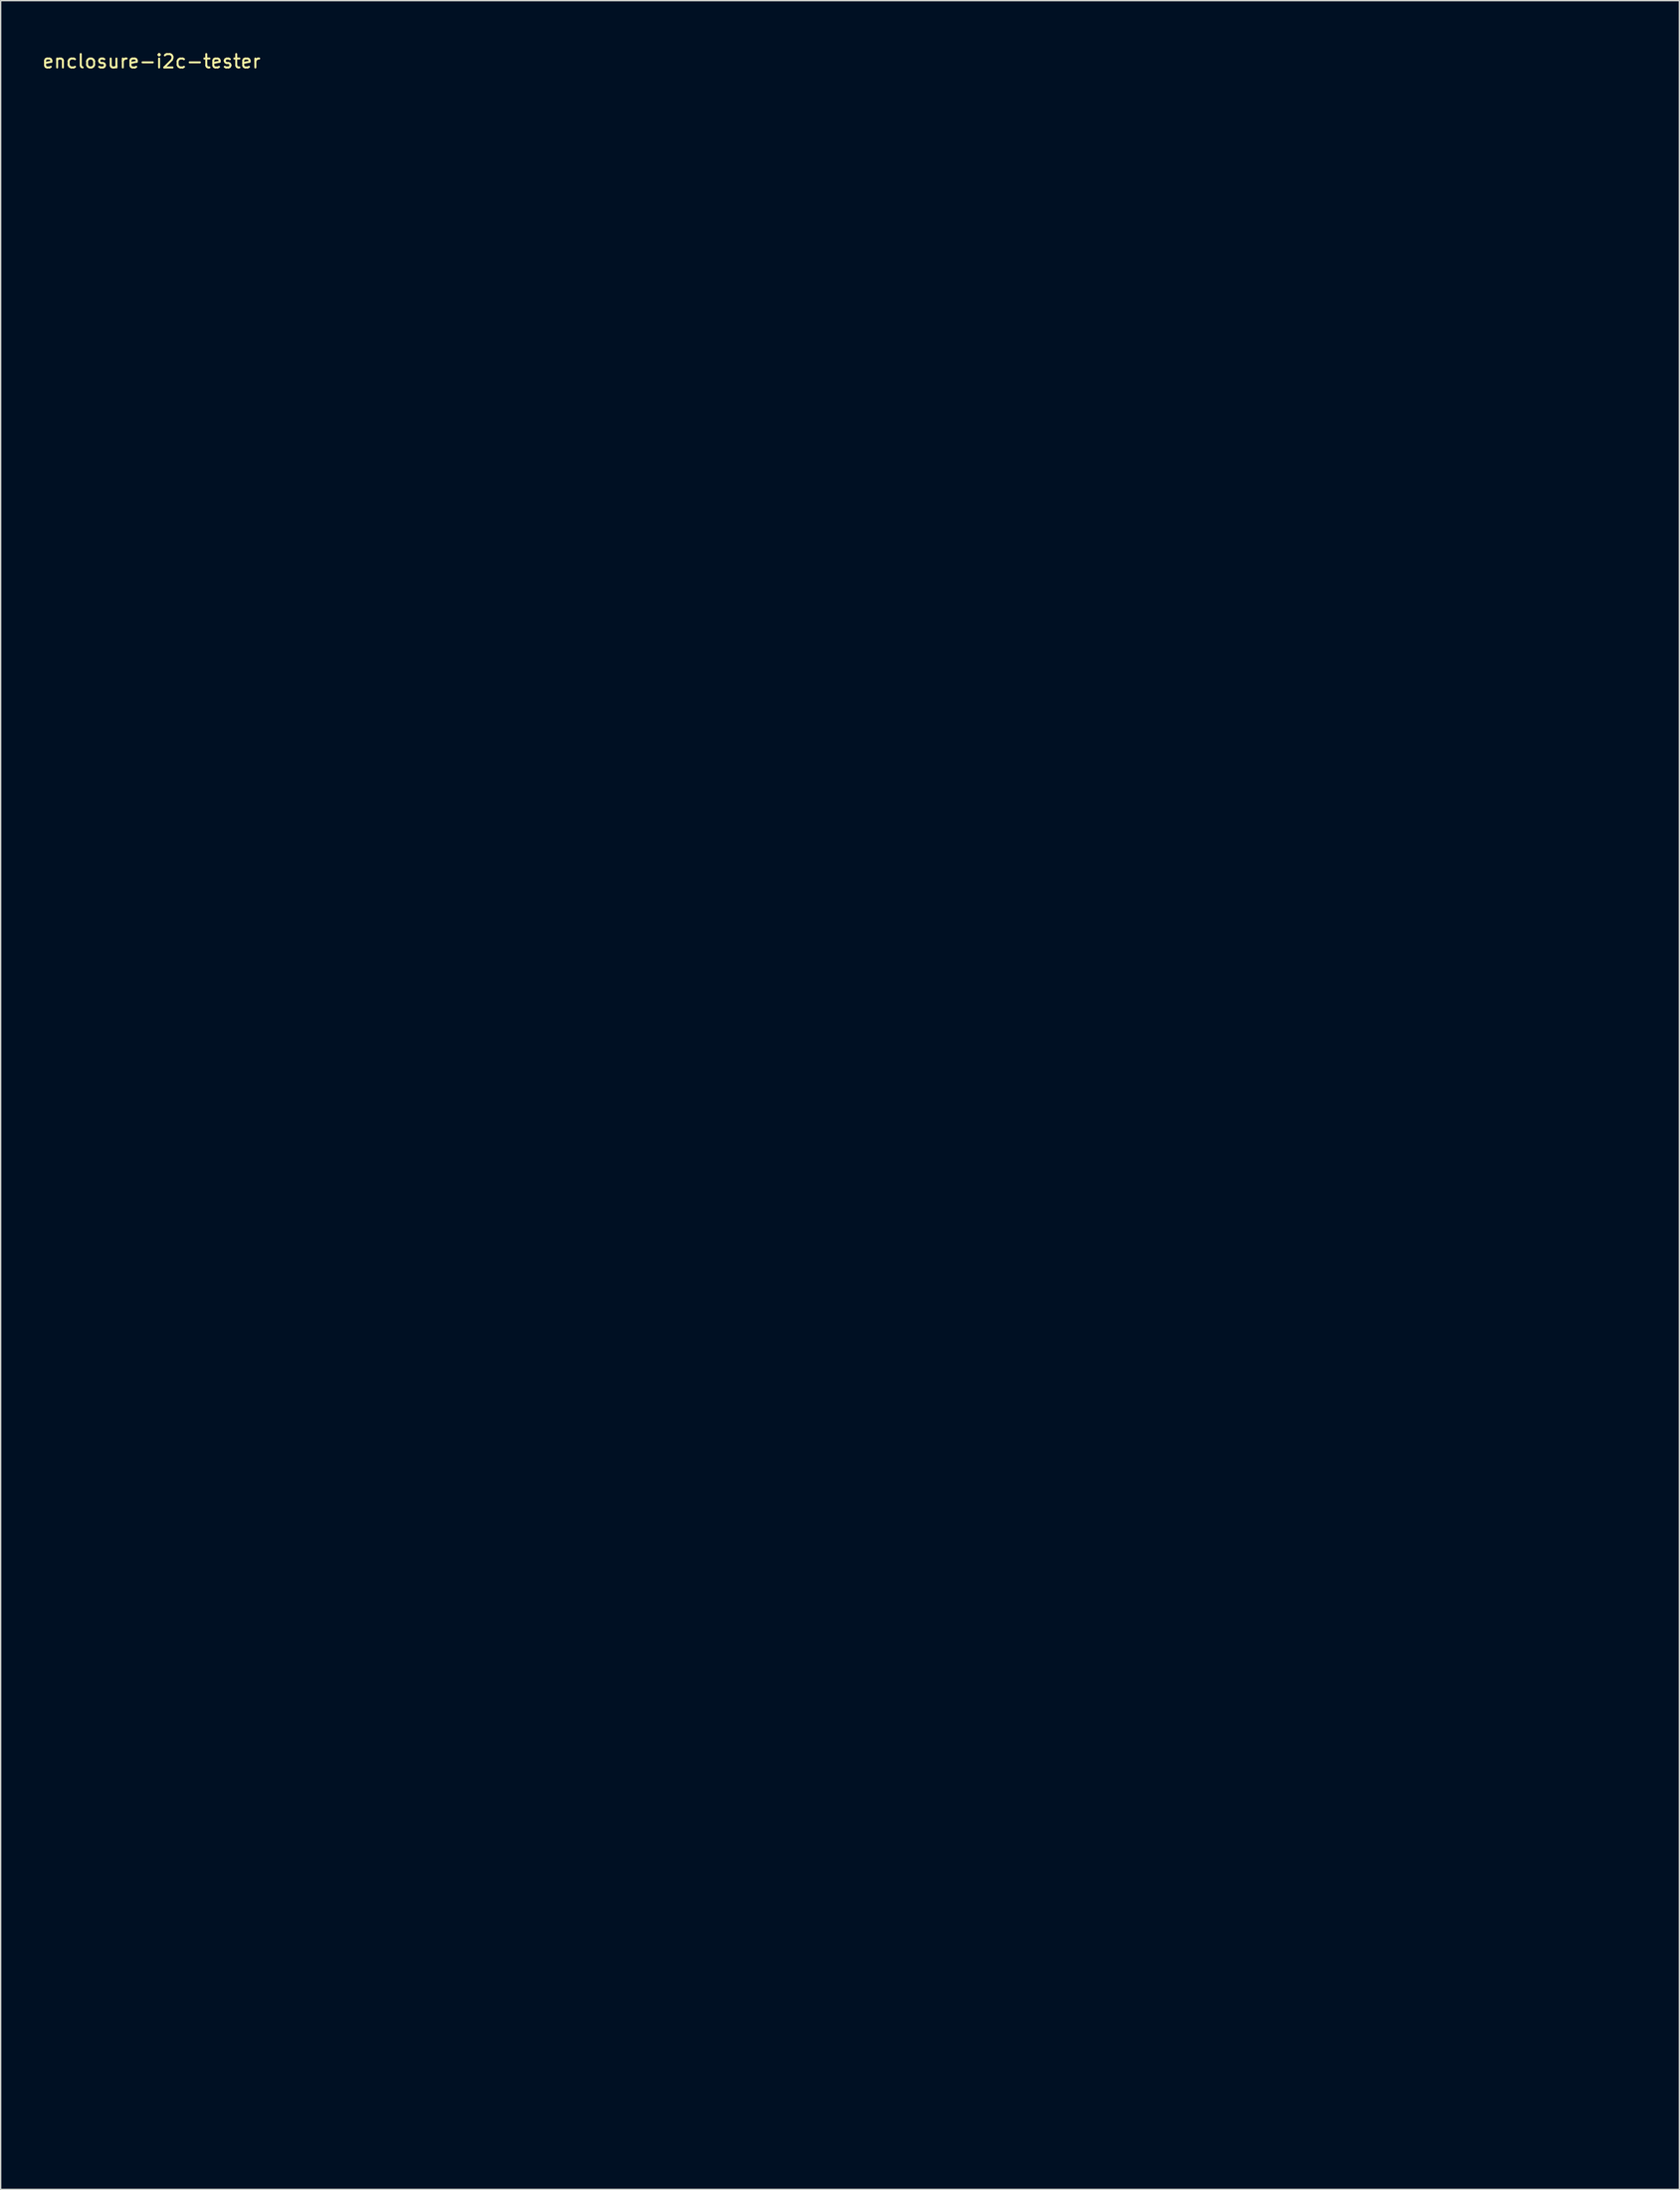
<source format=kicad_pcb>
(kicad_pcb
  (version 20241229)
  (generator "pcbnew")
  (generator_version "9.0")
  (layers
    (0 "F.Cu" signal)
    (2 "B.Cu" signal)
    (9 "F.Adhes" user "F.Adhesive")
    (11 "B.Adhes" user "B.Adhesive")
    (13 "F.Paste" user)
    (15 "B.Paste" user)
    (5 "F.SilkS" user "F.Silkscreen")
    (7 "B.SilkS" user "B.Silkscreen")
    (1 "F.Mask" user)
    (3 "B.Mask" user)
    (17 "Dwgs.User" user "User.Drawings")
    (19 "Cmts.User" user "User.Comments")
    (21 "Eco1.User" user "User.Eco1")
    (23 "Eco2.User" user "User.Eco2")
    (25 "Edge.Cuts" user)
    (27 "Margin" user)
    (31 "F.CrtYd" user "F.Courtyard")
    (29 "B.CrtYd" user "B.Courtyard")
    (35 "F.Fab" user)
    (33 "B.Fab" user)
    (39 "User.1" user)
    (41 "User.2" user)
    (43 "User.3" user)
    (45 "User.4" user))
  (footprint "enclosure-i2c-tester"
    (layer "F.Cu")
    (at 6.368 3.133)
    (property "Reference" "enclosure-i2c-tester" (at 1.9 -1.6 0) (layer "F.SilkS") (effects (font (size 1 1) (thickness 0.15))))
    (attr through_hole)
    (fp_line (start 13 0) (end 13 150.7) (stroke (width 0.12) (type solid)) (layer "Eco1.User"))
    (fp_line (start 13 33.5) (end 13 117.2) (stroke (width 0.12) (type solid)) (layer "Eco1.User"))
    (fp_line (start 22 0) (end 22 150.7) (stroke (width 0.12) (type solid)) (layer "Eco1.User"))
    (fp_line (start 42 28.1) (end 42 123) (stroke (width 0.12) (type solid)) (layer "Eco1.User"))
    (fp_line (start 71 28.1) (end 71 123) (stroke (width 0.12) (type solid)) (layer "Eco1.User"))
    (fp_line (start 91 0) (end 91 150.7) (stroke (width 0.12) (type solid)) (layer "Eco1.User"))
    (fp_line (start 100 0) (end 100 150.7) (stroke (width 0.12) (type solid)) (layer "Eco1.User"))
    (fp_line (start 102 0) (end 102 150.7) (stroke (width 0.12) (type solid)) (layer "Eco1.User"))
    (fp_line (start 113 7.5) (end 0 7.5) (stroke (width 0.12) (type solid)) (layer "Eco1.User"))
    (fp_line (start 113 33.5) (end 6.5 33.5) (stroke (width 0.12) (type solid)) (layer "Eco1.User"))
    (fp_line (start 113 117.2) (end 6.5 117.2) (stroke (width 0.12) (type solid)) (layer "Eco1.User"))
    (fp_line (start 113 143.2) (end 0 143.2) (stroke (width 0.12) (type solid)) (layer "Eco1.User"))
    (fp_line (start 0 0) (end 0 150.7) (stroke (width 0.12) (type solid)) (layer "Eco2.User"))
    (fp_line (start 0 150.7) (end 113 150.7) (stroke (width 0.12) (type solid)) (layer "Eco2.User"))
    (fp_line (start 3 0) (end 3 150.7) (stroke (width 0.12) (type solid)) (layer "Eco2.User"))
    (fp_line (start 5 0) (end 5 150.7) (stroke (width 0.12) (type solid)) (layer "Eco2.User"))
    (fp_line (start 6.5 0) (end 6.5 150.7) (stroke (width 0.12) (type solid)) (layer "Eco2.User"))
    (fp_line (start 6.5 2.5) (end 106.5 2.5) (stroke (width 0.12) (type solid)) (layer "Eco2.User"))
    (fp_line (start 6.5 148.2) (end 106.5 148.2) (stroke (width 0.12) (type solid)) (layer "Eco2.User"))
    (fp_line (start 106.5 0) (end 106.5 150.7) (stroke (width 0.12) (type solid)) (layer "Eco2.User"))
    (fp_line (start 108 0) (end 108 150.7) (stroke (width 0.12) (type solid)) (layer "Eco2.User"))
    (fp_line (start 110 0) (end 110 150.7) (stroke (width 0.12) (type solid)) (layer "Eco2.User"))
    (fp_line (start 113 0) (end 0 0) (stroke (width 0.12) (type solid)) (layer "Eco2.User"))
    (fp_line (start 113 150.7) (end 113 0) (stroke (width 0.12) (type solid)) (layer "Eco2.User"))
    (fp_circle (center 13 33.5) (end 15.5 33.5) (stroke (width 0.12) (type solid)) (fill no) (layer "Eco2.User"))
    (fp_circle (center 13 117.2) (end 15.5 117.2) (stroke (width 0.12) (type solid)) (fill no) (layer "Eco2.User"))
    (fp_circle (center 22 143.2) (end 25.2 143.1) (stroke (width 0.12) (type solid)) (fill no) (layer "Eco2.User"))
    (fp_circle (center 22.002 7.5) (end 25.202 7.4) (stroke (width 0.12) (type solid)) (fill no) (layer "Eco2.User"))
    (fp_circle (center 42 33.5) (end 44.5 33.5) (stroke (width 0.12) (type solid)) (fill no) (layer "Eco2.User"))
    (fp_circle (center 42 117.2) (end 44.5 117.2) (stroke (width 0.12) (type solid)) (fill no) (layer "Eco2.User"))
    (fp_circle (center 71 33.5) (end 73.5 33.5) (stroke (width 0.12) (type solid)) (fill no) (layer "Eco2.User"))
    (fp_circle (center 71 117.2) (end 73.5 117.2) (stroke (width 0.12) (type solid)) (fill no) (layer "Eco2.User"))
    (fp_circle (center 91 7.5) (end 94.2 7.4) (stroke (width 0.12) (type solid)) (fill no) (layer "Eco2.User"))
    (fp_circle (center 91 117.2) (end 93.5 117.2) (stroke (width 0.12) (type solid)) (fill no) (layer "Eco2.User"))
    (fp_circle (center 91 143.202) (end 94.2 143.102) (stroke (width 0.12) (type solid)) (fill no) (layer "Eco2.User"))
    (fp_circle (center 100 33.5) (end 102.5 33.5) (stroke (width 0.12) (type solid)) (fill no) (layer "Eco2.User"))
    (fp_circle (center 102 7.5) (end 105.2 7.4) (stroke (width 0.12) (type solid)) (fill no) (layer "Eco2.User"))
    (fp_circle (center 102 143.202) (end 105.2 143.102) (stroke (width 0.12) (type solid)) (fill no) (layer "Eco2.User"))
    (fp_text user "BACK" (at 3.4 152.9 0) (layer "Eco2.User") (effects (font (size 2 2) (thickness 0.15))))
    (fp_text user "FRONT" (at 107.9 -1.7 0) (layer "Eco2.User") (effects (font (size 2 2) (thickness 0.15)))))
  (gr_rect
    (start -3 -3)
    (end 122.428 160.466)
    (stroke (width 0.1) (type default))
    (fill no)
    (layer "Edge.Cuts")))
</source>
